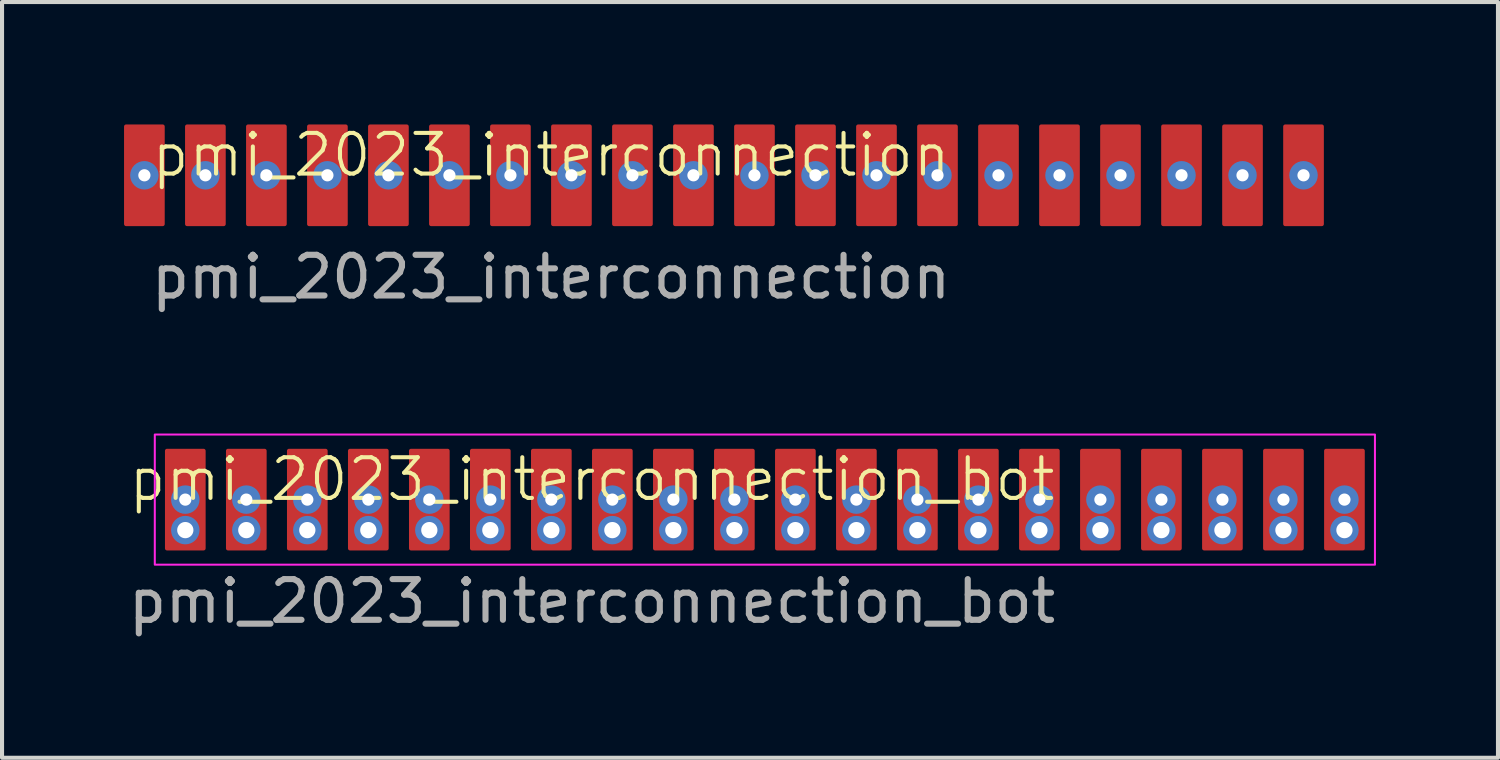
<source format=kicad_pcb>
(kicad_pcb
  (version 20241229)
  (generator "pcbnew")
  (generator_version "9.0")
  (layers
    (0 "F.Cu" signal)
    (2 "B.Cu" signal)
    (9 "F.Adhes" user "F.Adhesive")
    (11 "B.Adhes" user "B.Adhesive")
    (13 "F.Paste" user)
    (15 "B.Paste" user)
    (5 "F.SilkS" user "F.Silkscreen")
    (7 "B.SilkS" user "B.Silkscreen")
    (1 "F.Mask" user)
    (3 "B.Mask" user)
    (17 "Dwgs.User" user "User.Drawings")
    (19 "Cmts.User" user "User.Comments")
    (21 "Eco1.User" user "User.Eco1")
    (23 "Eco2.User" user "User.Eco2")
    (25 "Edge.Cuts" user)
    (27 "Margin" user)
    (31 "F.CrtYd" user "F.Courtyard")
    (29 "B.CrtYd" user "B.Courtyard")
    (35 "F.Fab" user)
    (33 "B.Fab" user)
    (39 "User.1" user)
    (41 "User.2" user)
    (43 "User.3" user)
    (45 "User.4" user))
  (footprint "pmi_2023_interconnection"
    (layer "F.Cu")
    (at 14.75 1.26)
    (property "Reference" "pmi_2023_interconnection" (at -4.25 -0.5 0) (unlocked yes) (layer "F.SilkS") (effects (font (size 1 1) (thickness 0.1))))
    (attr smd)
    (fp_text user "${REFERENCE}" (at -4.25 2.5 0) (unlocked yes) (layer "F.Fab") (effects (font (size 1 1) (thickness 0.15))))
    (pad "1" thru_hole circle (at -14.25 0 90) (size 0.7 0.7) (drill 0.3) (layers "*.Cu" "*.Mask"))
    (pad "1" smd roundrect (at -14.25 0 90) (size 2.5 1) (layers "F.Cu" "F.Mask" "F.Paste") (roundrect_rratio 0.05))
    (pad "2" thru_hole circle (at -12.75 0 90) (size 0.7 0.7) (drill 0.3) (layers "*.Cu" "*.Mask"))
    (pad "2" smd roundrect (at -12.75 0 90) (size 2.5 1) (layers "F.Cu" "F.Mask" "F.Paste") (roundrect_rratio 0.05))
    (pad "3" thru_hole circle (at -11.25 0 90) (size 0.7 0.7) (drill 0.3) (layers "*.Cu" "*.Mask"))
    (pad "3" smd roundrect (at -11.25 0 90) (size 2.5 1) (layers "F.Cu" "F.Mask" "F.Paste") (roundrect_rratio 0.05))
    (pad "4" thru_hole circle (at -9.75 0 90) (size 0.7 0.7) (drill 0.3) (layers "*.Cu" "*.Mask"))
    (pad "4" smd roundrect (at -9.75 0 90) (size 2.5 1) (layers "F.Cu" "F.Mask" "F.Paste") (roundrect_rratio 0.05))
    (pad "5" thru_hole circle (at -8.25 0 90) (size 0.7 0.7) (drill 0.3) (layers "*.Cu" "*.Mask"))
    (pad "5" smd roundrect (at -8.25 0 90) (size 2.5 1) (layers "F.Cu" "F.Mask" "F.Paste") (roundrect_rratio 0.05))
    (pad "6" thru_hole circle (at -6.75 0 90) (size 0.7 0.7) (drill 0.3) (layers "*.Cu" "*.Mask"))
    (pad "6" smd roundrect (at -6.75 0 90) (size 2.5 1) (layers "F.Cu" "F.Mask" "F.Paste") (roundrect_rratio 0.05))
    (pad "7" thru_hole circle (at -5.25 0 90) (size 0.7 0.7) (drill 0.3) (layers "*.Cu" "*.Mask"))
    (pad "7" smd roundrect (at -5.25 0 90) (size 2.5 1) (layers "F.Cu" "F.Mask" "F.Paste") (roundrect_rratio 0.05))
    (pad "8" thru_hole circle (at -3.75 0 90) (size 0.7 0.7) (drill 0.3) (layers "*.Cu" "*.Mask"))
    (pad "8" smd roundrect (at -3.75 0 90) (size 2.5 1) (layers "F.Cu" "F.Mask" "F.Paste") (roundrect_rratio 0.05))
    (pad "9" thru_hole circle (at -2.25 0 90) (size 0.7 0.7) (drill 0.3) (layers "*.Cu" "*.Mask"))
    (pad "9" smd roundrect (at -2.25 0 90) (size 2.5 1) (layers "F.Cu" "F.Mask" "F.Paste") (roundrect_rratio 0.05))
    (pad "10" thru_hole circle (at -0.75 0 90) (size 0.7 0.7) (drill 0.3) (layers "*.Cu" "*.Mask"))
    (pad "10" smd roundrect (at -0.75 0 90) (size 2.5 1) (layers "F.Cu" "F.Mask" "F.Paste") (roundrect_rratio 0.05))
    (pad "11" thru_hole circle (at 0.75 0 90) (size 0.7 0.7) (drill 0.3) (layers "*.Cu" "*.Mask"))
    (pad "11" smd roundrect (at 0.75 0 90) (size 2.5 1) (layers "F.Cu" "F.Mask" "F.Paste") (roundrect_rratio 0.05))
    (pad "12" thru_hole circle (at 2.25 0 90) (size 0.7 0.7) (drill 0.3) (layers "*.Cu" "*.Mask"))
    (pad "12" smd roundrect (at 2.25 0 90) (size 2.5 1) (layers "F.Cu" "F.Mask" "F.Paste") (roundrect_rratio 0.05))
    (pad "13" thru_hole circle (at 3.75 0 90) (size 0.7 0.7) (drill 0.3) (layers "*.Cu" "*.Mask"))
    (pad "13" smd roundrect (at 3.75 0 90) (size 2.5 1) (layers "F.Cu" "F.Mask" "F.Paste") (roundrect_rratio 0.05))
    (pad "14" thru_hole circle (at 5.25 0 90) (size 0.7 0.7) (drill 0.3) (layers "*.Cu" "*.Mask"))
    (pad "14" smd roundrect (at 5.25 0 90) (size 2.5 1) (layers "F.Cu" "F.Mask" "F.Paste") (roundrect_rratio 0.05))
    (pad "15" thru_hole circle (at 6.75 0 90) (size 0.7 0.7) (drill 0.3) (layers "*.Cu" "*.Mask"))
    (pad "15" smd roundrect (at 6.75 0 90) (size 2.5 1) (layers "F.Cu" "F.Mask" "F.Paste") (roundrect_rratio 0.05))
    (pad "16" thru_hole circle (at 8.25 0 90) (size 0.7 0.7) (drill 0.3) (layers "*.Cu" "*.Mask"))
    (pad "16" smd roundrect (at 8.25 0 90) (size 2.5 1) (layers "F.Cu" "F.Mask" "F.Paste") (roundrect_rratio 0.05))
    (pad "17" thru_hole circle (at 9.75 0 90) (size 0.7 0.7) (drill 0.3) (layers "*.Cu" "*.Mask"))
    (pad "17" smd roundrect (at 9.75 0 90) (size 2.5 1) (layers "F.Cu" "F.Mask" "F.Paste") (roundrect_rratio 0.05))
    (pad "18" thru_hole circle (at 11.25 0 90) (size 0.7 0.7) (drill 0.3) (layers "*.Cu" "*.Mask"))
    (pad "18" smd roundrect (at 11.25 0 90) (size 2.5 1) (layers "F.Cu" "F.Mask" "F.Paste") (roundrect_rratio 0.05))
    (pad "19" thru_hole circle (at 12.75 0 90) (size 0.7 0.7) (drill 0.3) (layers "*.Cu" "*.Mask"))
    (pad "19" smd roundrect (at 12.75 0 90) (size 2.5 1) (layers "F.Cu" "F.Mask" "F.Paste") (roundrect_rratio 0.05))
    (pad "20" thru_hole circle (at 14.25 0 90) (size 0.7 0.7) (drill 0.3) (layers "*.Cu" "*.Mask"))
    (pad "20" smd roundrect (at 14.25 0 90) (size 2.5 1) (layers "F.Cu" "F.Mask" "F.Paste") (roundrect_rratio 0.05)))
  (footprint "pmi_2023_interconnection_bot"
    (layer "F.Cu")
    (at 15.756 9.234)
    (property "Reference" "pmi_2023_interconnection_bot" (at -4.25 -0.5 0) (unlocked yes) (layer "F.SilkS") (effects (font (size 1 1) (thickness 0.1))))
    (attr smd)
    (fp_rect (start -15 -1.6) (end 15 1.6) (stroke (width 0.05) (type default)) (fill no) (layer "F.CrtYd"))
    (fp_text user "${REFERENCE}" (at -4.25 2.5 0) (unlocked yes) (layer "F.Fab") (effects (font (size 1 1) (thickness 0.15))))
    (pad "1" thru_hole circle (at -14.25 0 90) (size 0.7 0.7) (drill 0.3) (layers "*.Cu" "*.Mask"))
    (pad "1" smd roundrect (at -14.25 0 90) (size 2.5 1) (layers "F.Cu" "F.Mask" "F.Paste") (roundrect_rratio 0.05))
    (pad "1" thru_hole circle (at -14.25 0.75 90) (size 0.7 0.7) (drill 0.4) (layers "*.Cu" "*.Mask"))
    (pad "2" thru_hole circle (at -12.75 0 90) (size 0.7 0.7) (drill 0.3) (layers "*.Cu" "*.Mask"))
    (pad "2" smd roundrect (at -12.75 0 90) (size 2.5 1) (layers "F.Cu" "F.Mask" "F.Paste") (roundrect_rratio 0.05))
    (pad "2" thru_hole circle (at -12.75 0.75 90) (size 0.7 0.7) (drill 0.4) (layers "*.Cu" "*.Mask"))
    (pad "3" thru_hole circle (at -11.25 0 90) (size 0.7 0.7) (drill 0.3) (layers "*.Cu" "*.Mask"))
    (pad "3" smd roundrect (at -11.25 0 90) (size 2.5 1) (layers "F.Cu" "F.Mask" "F.Paste") (roundrect_rratio 0.05))
    (pad "3" thru_hole circle (at -11.25 0.75 90) (size 0.7 0.7) (drill 0.4) (layers "*.Cu" "*.Mask"))
    (pad "4" thru_hole circle (at -9.75 0 90) (size 0.7 0.7) (drill 0.3) (layers "*.Cu" "*.Mask"))
    (pad "4" smd roundrect (at -9.75 0 90) (size 2.5 1) (layers "F.Cu" "F.Mask" "F.Paste") (roundrect_rratio 0.05))
    (pad "4" thru_hole circle (at -9.75 0.75 90) (size 0.7 0.7) (drill 0.4) (layers "*.Cu" "*.Mask"))
    (pad "5" thru_hole circle (at -8.25 0 90) (size 0.7 0.7) (drill 0.3) (layers "*.Cu" "*.Mask"))
    (pad "5" smd roundrect (at -8.25 0 90) (size 2.5 1) (layers "F.Cu" "F.Mask" "F.Paste") (roundrect_rratio 0.05))
    (pad "5" thru_hole circle (at -8.25 0.75 90) (size 0.7 0.7) (drill 0.4) (layers "*.Cu" "*.Mask"))
    (pad "6" thru_hole circle (at -6.75 0 90) (size 0.7 0.7) (drill 0.3) (layers "*.Cu" "*.Mask"))
    (pad "6" smd roundrect (at -6.75 0 90) (size 2.5 1) (layers "F.Cu" "F.Mask" "F.Paste") (roundrect_rratio 0.05))
    (pad "6" thru_hole circle (at -6.75 0.75 90) (size 0.7 0.7) (drill 0.4) (layers "*.Cu" "*.Mask"))
    (pad "7" thru_hole circle (at -5.25 0 90) (size 0.7 0.7) (drill 0.3) (layers "*.Cu" "*.Mask"))
    (pad "7" smd roundrect (at -5.25 0 90) (size 2.5 1) (layers "F.Cu" "F.Mask" "F.Paste") (roundrect_rratio 0.05))
    (pad "7" thru_hole circle (at -5.25 0.75 90) (size 0.7 0.7) (drill 0.4) (layers "*.Cu" "*.Mask"))
    (pad "8" thru_hole circle (at -3.75 0 90) (size 0.7 0.7) (drill 0.3) (layers "*.Cu" "*.Mask"))
    (pad "8" smd roundrect (at -3.75 0 90) (size 2.5 1) (layers "F.Cu" "F.Mask" "F.Paste") (roundrect_rratio 0.05))
    (pad "8" thru_hole circle (at -3.75 0.75 90) (size 0.7 0.7) (drill 0.4) (layers "*.Cu" "*.Mask"))
    (pad "9" thru_hole circle (at -2.25 0 90) (size 0.7 0.7) (drill 0.3) (layers "*.Cu" "*.Mask"))
    (pad "9" smd roundrect (at -2.25 0 90) (size 2.5 1) (layers "F.Cu" "F.Mask" "F.Paste") (roundrect_rratio 0.05))
    (pad "9" thru_hole circle (at -2.25 0.75 90) (size 0.7 0.7) (drill 0.4) (layers "*.Cu" "*.Mask"))
    (pad "10" thru_hole circle (at -0.75 0 90) (size 0.7 0.7) (drill 0.3) (layers "*.Cu" "*.Mask"))
    (pad "10" smd roundrect (at -0.75 0 90) (size 2.5 1) (layers "F.Cu" "F.Mask" "F.Paste") (roundrect_rratio 0.05))
    (pad "10" thru_hole circle (at -0.75 0.75 90) (size 0.7 0.7) (drill 0.4) (layers "*.Cu" "*.Mask"))
    (pad "11" thru_hole circle (at 0.75 0 90) (size 0.7 0.7) (drill 0.3) (layers "*.Cu" "*.Mask"))
    (pad "11" smd roundrect (at 0.75 0 90) (size 2.5 1) (layers "F.Cu" "F.Mask" "F.Paste") (roundrect_rratio 0.05))
    (pad "11" thru_hole circle (at 0.75 0.75 90) (size 0.7 0.7) (drill 0.4) (layers "*.Cu" "*.Mask"))
    (pad "12" thru_hole circle (at 2.25 0 90) (size 0.7 0.7) (drill 0.3) (layers "*.Cu" "*.Mask"))
    (pad "12" smd roundrect (at 2.25 0 90) (size 2.5 1) (layers "F.Cu" "F.Mask" "F.Paste") (roundrect_rratio 0.05))
    (pad "12" thru_hole circle (at 2.25 0.75 90) (size 0.7 0.7) (drill 0.4) (layers "*.Cu" "*.Mask"))
    (pad "13" thru_hole circle (at 3.75 0 90) (size 0.7 0.7) (drill 0.3) (layers "*.Cu" "*.Mask"))
    (pad "13" smd roundrect (at 3.75 0 90) (size 2.5 1) (layers "F.Cu" "F.Mask" "F.Paste") (roundrect_rratio 0.05))
    (pad "13" thru_hole circle (at 3.75 0.75 90) (size 0.7 0.7) (drill 0.4) (layers "*.Cu" "*.Mask"))
    (pad "14" thru_hole circle (at 5.25 0 90) (size 0.7 0.7) (drill 0.3) (layers "*.Cu" "*.Mask"))
    (pad "14" smd roundrect (at 5.25 0 90) (size 2.5 1) (layers "F.Cu" "F.Mask" "F.Paste") (roundrect_rratio 0.05))
    (pad "14" thru_hole circle (at 5.25 0.75 90) (size 0.7 0.7) (drill 0.4) (layers "*.Cu" "*.Mask"))
    (pad "15" thru_hole circle (at 6.75 0 90) (size 0.7 0.7) (drill 0.3) (layers "*.Cu" "*.Mask"))
    (pad "15" smd roundrect (at 6.75 0 90) (size 2.5 1) (layers "F.Cu" "F.Mask" "F.Paste") (roundrect_rratio 0.05))
    (pad "15" thru_hole circle (at 6.75 0.75 90) (size 0.7 0.7) (drill 0.4) (layers "*.Cu" "*.Mask"))
    (pad "16" thru_hole circle (at 8.25 0 90) (size 0.7 0.7) (drill 0.3) (layers "*.Cu" "*.Mask"))
    (pad "16" smd roundrect (at 8.25 0 90) (size 2.5 1) (layers "F.Cu" "F.Mask" "F.Paste") (roundrect_rratio 0.05))
    (pad "16" thru_hole circle (at 8.25 0.75 90) (size 0.7 0.7) (drill 0.4) (layers "*.Cu" "*.Mask"))
    (pad "17" thru_hole circle (at 9.75 0 90) (size 0.7 0.7) (drill 0.3) (layers "*.Cu" "*.Mask"))
    (pad "17" smd roundrect (at 9.75 0 90) (size 2.5 1) (layers "F.Cu" "F.Mask" "F.Paste") (roundrect_rratio 0.05))
    (pad "17" thru_hole circle (at 9.75 0.75 90) (size 0.7 0.7) (drill 0.4) (layers "*.Cu" "*.Mask"))
    (pad "18" thru_hole circle (at 11.25 0 90) (size 0.7 0.7) (drill 0.3) (layers "*.Cu" "*.Mask"))
    (pad "18" smd roundrect (at 11.25 0 90) (size 2.5 1) (layers "F.Cu" "F.Mask" "F.Paste") (roundrect_rratio 0.05))
    (pad "18" thru_hole circle (at 11.25 0.75 90) (size 0.7 0.7) (drill 0.4) (layers "*.Cu" "*.Mask"))
    (pad "19" thru_hole circle (at 12.75 0 90) (size 0.7 0.7) (drill 0.3) (layers "*.Cu" "*.Mask"))
    (pad "19" smd roundrect (at 12.75 0 90) (size 2.5 1) (layers "F.Cu" "F.Mask" "F.Paste") (roundrect_rratio 0.05))
    (pad "19" thru_hole circle (at 12.75 0.75 90) (size 0.7 0.7) (drill 0.4) (layers "*.Cu" "*.Mask"))
    (pad "20" thru_hole circle (at 14.25 0 90) (size 0.7 0.7) (drill 0.3) (layers "*.Cu" "*.Mask"))
    (pad "20" smd roundrect (at 14.25 0 90) (size 2.5 1) (layers "F.Cu" "F.Mask" "F.Paste") (roundrect_rratio 0.05))
    (pad "20" thru_hole circle (at 14.25 0.75 90) (size 0.7 0.7) (drill 0.4) (layers "*.Cu" "*.Mask")))
  (gr_rect
    (start -3 -3)
    (end 33.781 15.582)
    (stroke (width 0.1) (type default))
    (fill no)
    (layer "Edge.Cuts")))
</source>
